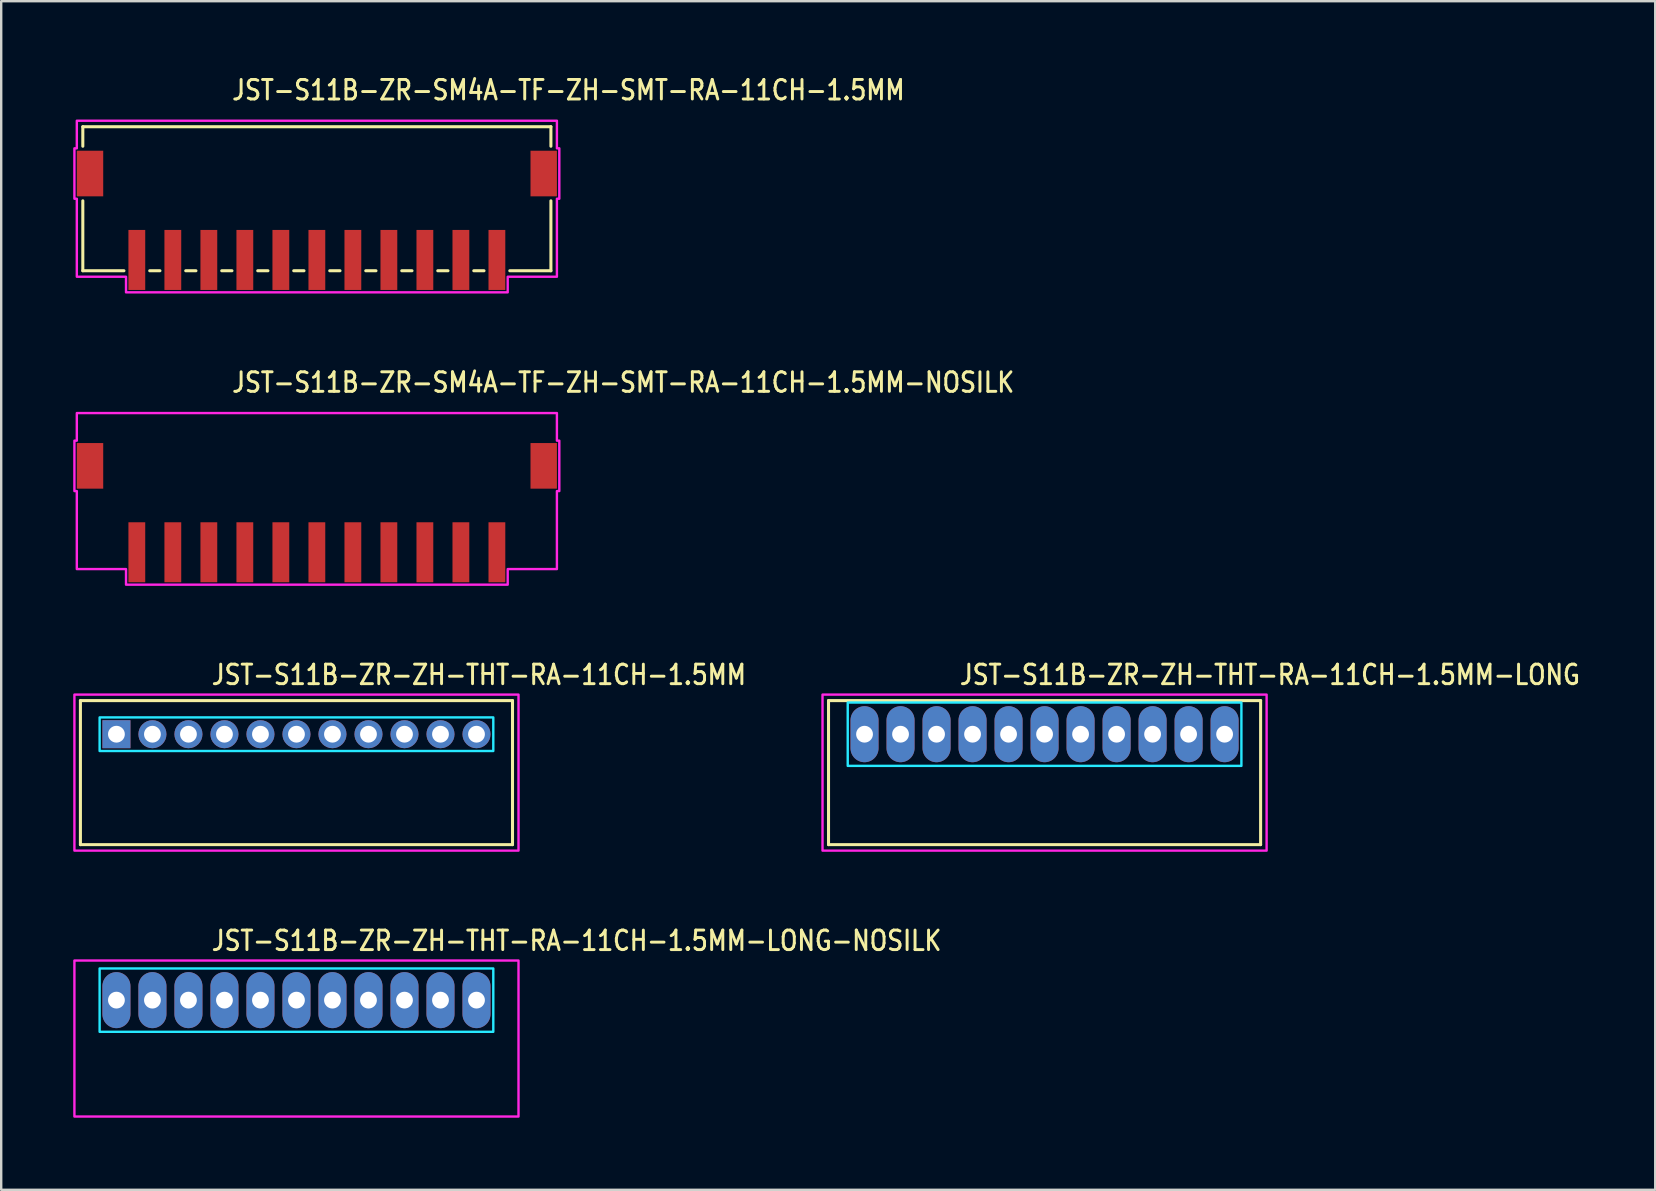
<source format=kicad_pcb>
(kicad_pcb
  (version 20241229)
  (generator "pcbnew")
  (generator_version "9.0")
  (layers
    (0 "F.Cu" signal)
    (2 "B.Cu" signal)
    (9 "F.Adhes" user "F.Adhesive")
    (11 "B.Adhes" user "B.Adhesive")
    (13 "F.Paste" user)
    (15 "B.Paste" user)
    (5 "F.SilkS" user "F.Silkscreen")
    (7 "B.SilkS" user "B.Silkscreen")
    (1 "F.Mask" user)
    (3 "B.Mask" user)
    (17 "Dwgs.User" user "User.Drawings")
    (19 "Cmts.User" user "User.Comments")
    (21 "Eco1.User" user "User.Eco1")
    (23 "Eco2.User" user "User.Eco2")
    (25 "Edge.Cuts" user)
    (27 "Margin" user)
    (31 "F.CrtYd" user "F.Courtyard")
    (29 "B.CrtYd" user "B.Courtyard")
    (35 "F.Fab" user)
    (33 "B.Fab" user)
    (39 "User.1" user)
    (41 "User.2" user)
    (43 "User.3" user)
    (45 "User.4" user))
  (footprint "JST-S11B-ZR-ZH-THT-RA-11CH-1.5MM-LONG-NOSILK"
    (layer "F.Cu")
    (at 9.3 38.614)
    (property "Reference" "JST-S11B-ZR-ZH-THT-RA-11CH-1.5MM-LONG-NOSILK" (at -3.6 -2 0) (unlocked yes) (layer "F.SilkS") (effects (font (size 0.813 0.695) (thickness 0.122)) (justify left bottom)))
    (fp_poly (pts (xy -8.2 -1.32) (xy -8.2 1.32) (xy 8.2 1.32) (xy 8.2 -1.32)) (stroke (width 0.1) (type solid)) (fill no) (layer "B.CrtYd"))
    (fp_poly (pts (xy -9.25 -1.65) (xy -9.25 4.85) (xy 9.25 4.85) (xy 9.25 -1.65)) (stroke (width 0.1) (type solid)) (fill no) (layer "F.CrtYd"))
    (pad "1" thru_hole oval (at -7.5 0 90) (size 2.333 1.167) (drill 0.7) (layers "*.Cu" "*.Mask"))
    (pad "2" thru_hole oval (at -6 0 90) (size 2.333 1.167) (drill 0.7) (layers "*.Cu" "*.Mask"))
    (pad "3" thru_hole oval (at -4.5 0 90) (size 2.333 1.167) (drill 0.7) (layers "*.Cu" "*.Mask"))
    (pad "4" thru_hole oval (at -3 0 90) (size 2.333 1.167) (drill 0.7) (layers "*.Cu" "*.Mask"))
    (pad "5" thru_hole oval (at -1.5 0 90) (size 2.333 1.167) (drill 0.7) (layers "*.Cu" "*.Mask"))
    (pad "6" thru_hole oval (at 0 0 90) (size 2.333 1.167) (drill 0.7) (layers "*.Cu" "*.Mask"))
    (pad "7" thru_hole oval (at 1.5 0 90) (size 2.333 1.167) (drill 0.7) (layers "*.Cu" "*.Mask"))
    (pad "8" thru_hole oval (at 3 0 90) (size 2.333 1.167) (drill 0.7) (layers "*.Cu" "*.Mask"))
    (pad "9" thru_hole oval (at 4.5 0 90) (size 2.333 1.167) (drill 0.7) (layers "*.Cu" "*.Mask"))
    (pad "10" thru_hole oval (at 6 0 90) (size 2.333 1.167) (drill 0.7) (layers "*.Cu" "*.Mask"))
    (pad "11" thru_hole oval (at 7.5 0 90) (size 2.333 1.167) (drill 0.7) (layers "*.Cu" "*.Mask")))
  (footprint "JST-S11B-ZR-ZH-THT-RA-11CH-1.5MM-LONG"
    (layer "F.Cu")
    (at 40.465 27.536)
    (property "Reference" "JST-S11B-ZR-ZH-THT-RA-11CH-1.5MM-LONG" (at -3.6 -2 0) (unlocked yes) (layer "F.SilkS") (effects (font (size 0.813 0.695) (thickness 0.122)) (justify left bottom)))
    (fp_line (start -9 -1.4) (end 9 -1.4) (stroke (width 0.127) (type solid)) (layer "F.SilkS"))
    (fp_line (start -9 4.6) (end -9 -1.4) (stroke (width 0.127) (type solid)) (layer "F.SilkS"))
    (fp_line (start -9 4.6) (end 9 4.6) (stroke (width 0.127) (type solid)) (layer "F.SilkS"))
    (fp_line (start 9 -1.4) (end 9 4.6) (stroke (width 0.127) (type solid)) (layer "F.SilkS"))
    (fp_poly (pts (xy -8.2 -1.32) (xy -8.2 1.32) (xy 8.2 1.32) (xy 8.2 -1.32)) (stroke (width 0.1) (type solid)) (fill no) (layer "B.CrtYd"))
    (fp_poly (pts (xy -9.25 -1.65) (xy -9.25 4.85) (xy 9.25 4.85) (xy 9.25 -1.65)) (stroke (width 0.1) (type solid)) (fill no) (layer "F.CrtYd"))
    (pad "1" thru_hole oval (at -7.5 0 90) (size 2.333 1.167) (drill 0.7) (layers "*.Cu" "*.Mask"))
    (pad "2" thru_hole oval (at -6 0 90) (size 2.333 1.167) (drill 0.7) (layers "*.Cu" "*.Mask"))
    (pad "3" thru_hole oval (at -4.5 0 90) (size 2.333 1.167) (drill 0.7) (layers "*.Cu" "*.Mask"))
    (pad "4" thru_hole oval (at -3 0 90) (size 2.333 1.167) (drill 0.7) (layers "*.Cu" "*.Mask"))
    (pad "5" thru_hole oval (at -1.5 0 90) (size 2.333 1.167) (drill 0.7) (layers "*.Cu" "*.Mask"))
    (pad "6" thru_hole oval (at 0 0 90) (size 2.333 1.167) (drill 0.7) (layers "*.Cu" "*.Mask"))
    (pad "7" thru_hole oval (at 1.5 0 90) (size 2.333 1.167) (drill 0.7) (layers "*.Cu" "*.Mask"))
    (pad "8" thru_hole oval (at 3 0 90) (size 2.333 1.167) (drill 0.7) (layers "*.Cu" "*.Mask"))
    (pad "9" thru_hole oval (at 4.5 0 90) (size 2.333 1.167) (drill 0.7) (layers "*.Cu" "*.Mask"))
    (pad "10" thru_hole oval (at 6 0 90) (size 2.333 1.167) (drill 0.7) (layers "*.Cu" "*.Mask"))
    (pad "11" thru_hole oval (at 7.5 0 90) (size 2.333 1.167) (drill 0.7) (layers "*.Cu" "*.Mask")))
  (footprint "JST-S11B-ZR-ZH-THT-RA-11CH-1.5MM"
    (layer "F.Cu")
    (at 9.3 27.536)
    (property "Reference" "JST-S11B-ZR-ZH-THT-RA-11CH-1.5MM" (at -3.6 -2 0) (unlocked yes) (layer "F.SilkS") (effects (font (size 0.813 0.695) (thickness 0.122)) (justify left bottom)))
    (fp_line (start -9 -1.4) (end 9 -1.4) (stroke (width 0.127) (type solid)) (layer "F.SilkS"))
    (fp_line (start -9 4.6) (end -9 -1.4) (stroke (width 0.127) (type solid)) (layer "F.SilkS"))
    (fp_line (start -9 4.6) (end 9 4.6) (stroke (width 0.127) (type solid)) (layer "F.SilkS"))
    (fp_line (start 9 -1.4) (end 9 4.6) (stroke (width 0.127) (type solid)) (layer "F.SilkS"))
    (fp_poly (pts (xy -8.2 -0.7) (xy -8.2 0.7) (xy 8.2 0.7) (xy 8.2 -0.7)) (stroke (width 0.1) (type solid)) (fill no) (layer "B.CrtYd"))
    (fp_poly (pts (xy -9.25 -1.65) (xy -9.25 4.85) (xy 9.25 4.85) (xy 9.25 -1.65)) (stroke (width 0.1) (type solid)) (fill no) (layer "F.CrtYd"))
    (pad "1" thru_hole rect (at -7.5 0) (size 1.167 1.167) (drill 0.7) (layers "*.Cu" "*.Mask"))
    (pad "2" thru_hole oval (at -6 0) (size 1.167 1.167) (drill 0.7) (layers "*.Cu" "*.Mask"))
    (pad "3" thru_hole oval (at -4.5 0) (size 1.167 1.167) (drill 0.7) (layers "*.Cu" "*.Mask"))
    (pad "4" thru_hole oval (at -3 0) (size 1.167 1.167) (drill 0.7) (layers "*.Cu" "*.Mask"))
    (pad "5" thru_hole oval (at -1.5 0) (size 1.167 1.167) (drill 0.7) (layers "*.Cu" "*.Mask"))
    (pad "6" thru_hole oval (at 0 0) (size 1.167 1.167) (drill 0.7) (layers "*.Cu" "*.Mask"))
    (pad "7" thru_hole oval (at 1.5 0) (size 1.167 1.167) (drill 0.7) (layers "*.Cu" "*.Mask"))
    (pad "8" thru_hole oval (at 3 0) (size 1.167 1.167) (drill 0.7) (layers "*.Cu" "*.Mask"))
    (pad "9" thru_hole oval (at 4.5 0) (size 1.167 1.167) (drill 0.7) (layers "*.Cu" "*.Mask"))
    (pad "10" thru_hole oval (at 6 0) (size 1.167 1.167) (drill 0.7) (layers "*.Cu" "*.Mask"))
    (pad "11" thru_hole oval (at 7.5 0) (size 1.167 1.167) (drill 0.7) (layers "*.Cu" "*.Mask")))
  (footprint "JST-S11B-ZR-SM4A-TF-ZH-SMT-RA-11CH-1.5MM"
    (layer "F.Cu")
    (at 10.15 4.179)
    (property "Reference" "JST-S11B-ZR-SM4A-TF-ZH-SMT-RA-11CH-1.5MM" (at -3.6 -3 0) (unlocked yes) (layer "F.SilkS") (effects (font (size 0.813 0.695) (thickness 0.122)) (justify left bottom)))
    (fp_line (start -9.75 -1.95) (end -9.75 -1.137) (stroke (width 0.127) (type solid)) (layer "F.SilkS"))
    (fp_line (start -9.75 -1.95) (end 9.75 -1.95) (stroke (width 0.127) (type solid)) (layer "F.SilkS"))
    (fp_line (start -9.75 4.05) (end -9.75 1.137) (stroke (width 0.127) (type solid)) (layer "F.SilkS"))
    (fp_line (start -9.75 4.05) (end -8.037 4.05) (stroke (width 0.127) (type solid)) (layer "F.SilkS"))
    (fp_line (start -6.963 4.05) (end -6.537 4.05) (stroke (width 0.127) (type solid)) (layer "F.SilkS"))
    (fp_line (start -5.463 4.05) (end -5.037 4.05) (stroke (width 0.127) (type solid)) (layer "F.SilkS"))
    (fp_line (start -3.963 4.05) (end -3.537 4.05) (stroke (width 0.127) (type solid)) (layer "F.SilkS"))
    (fp_line (start -2.463 4.05) (end -2.037 4.05) (stroke (width 0.127) (type solid)) (layer "F.SilkS"))
    (fp_line (start -0.964 4.05) (end -0.536 4.05) (stroke (width 0.127) (type solid)) (layer "F.SilkS"))
    (fp_line (start 0.536 4.05) (end 0.964 4.05) (stroke (width 0.127) (type solid)) (layer "F.SilkS"))
    (fp_line (start 2.037 4.05) (end 2.463 4.05) (stroke (width 0.127) (type solid)) (layer "F.SilkS"))
    (fp_line (start 3.537 4.05) (end 3.963 4.05) (stroke (width 0.127) (type solid)) (layer "F.SilkS"))
    (fp_line (start 5.037 4.05) (end 5.463 4.05) (stroke (width 0.127) (type solid)) (layer "F.SilkS"))
    (fp_line (start 6.537 4.05) (end 6.963 4.05) (stroke (width 0.127) (type solid)) (layer "F.SilkS"))
    (fp_line (start 8.037 4.05) (end 9.75 4.05) (stroke (width 0.127) (type solid)) (layer "F.SilkS"))
    (fp_line (start 9.75 -1.137) (end 9.75 -1.95) (stroke (width 0.127) (type solid)) (layer "F.SilkS"))
    (fp_line (start 9.75 1.137) (end 9.75 4.05) (stroke (width 0.127) (type solid)) (layer "F.SilkS"))
    (fp_poly (pts (xy -10 -2.2) (xy -10 -1.05) (xy -10.1 -1.05) (xy -10.1 1.05) (xy -10 1.05) (xy -10 4.3) (xy -7.95 4.3) (xy -7.95 4.95) (xy 7.95 4.95) (xy 7.95 4.3) (xy 10 4.3) (xy 10 1.05) (xy 10.1 1.05) (xy 10.1 -1.05) (xy 10 -1.05) (xy 10 -2.2)) (stroke (width 0.1) (type solid)) (fill no) (layer "F.CrtYd"))
    (pad "1" smd rect (at 7.5 3.6) (size 0.7 2.5) (layers "F.Cu" "F.Mask" "F.Paste"))
    (pad "2" smd rect (at 6 3.6) (size 0.7 2.5) (layers "F.Cu" "F.Mask" "F.Paste"))
    (pad "3" smd rect (at 4.5 3.6) (size 0.7 2.5) (layers "F.Cu" "F.Mask" "F.Paste"))
    (pad "4" smd rect (at 3 3.6) (size 0.7 2.5) (layers "F.Cu" "F.Mask" "F.Paste"))
    (pad "5" smd rect (at 1.5 3.6) (size 0.7 2.5) (layers "F.Cu" "F.Mask" "F.Paste"))
    (pad "6" smd rect (at 0 3.6) (size 0.7 2.5) (layers "F.Cu" "F.Mask" "F.Paste"))
    (pad "7" smd rect (at -1.5 3.6) (size 0.7 2.5) (layers "F.Cu" "F.Mask" "F.Paste"))
    (pad "8" smd rect (at -3 3.6) (size 0.7 2.5) (layers "F.Cu" "F.Mask" "F.Paste"))
    (pad "9" smd rect (at -4.5 3.6) (size 0.7 2.5) (layers "F.Cu" "F.Mask" "F.Paste"))
    (pad "10" smd rect (at -6 3.6) (size 0.7 2.5) (layers "F.Cu" "F.Mask" "F.Paste"))
    (pad "11" smd rect (at -7.5 3.6) (size 0.7 2.5) (layers "F.Cu" "F.Mask" "F.Paste"))
    (pad "S_1" smd rect (at -9.45 0) (size 1.1 1.9) (layers "F.Cu" "F.Mask" "F.Paste"))
    (pad "S_2" smd rect (at 9.45 0) (size 1.1 1.9) (layers "F.Cu" "F.Mask" "F.Paste")))
  (footprint "JST-S11B-ZR-SM4A-TF-ZH-SMT-RA-11CH-1.5MM-NOSILK"
    (layer "F.Cu")
    (at 10.15 16.357)
    (property "Reference" "JST-S11B-ZR-SM4A-TF-ZH-SMT-RA-11CH-1.5MM-NOSILK" (at -3.6 -3 0) (unlocked yes) (layer "F.SilkS") (effects (font (size 0.813 0.695) (thickness 0.122)) (justify left bottom)))
    (fp_poly (pts (xy -10 -2.2) (xy -10 -1.05) (xy -10.1 -1.05) (xy -10.1 1.05) (xy -10 1.05) (xy -10 4.3) (xy -7.95 4.3) (xy -7.95 4.95) (xy 7.95 4.95) (xy 7.95 4.3) (xy 10 4.3) (xy 10 1.05) (xy 10.1 1.05) (xy 10.1 -1.05) (xy 10 -1.05) (xy 10 -2.2)) (stroke (width 0.1) (type solid)) (fill no) (layer "F.CrtYd"))
    (pad "1" smd rect (at 7.5 3.6) (size 0.7 2.5) (layers "F.Cu" "F.Mask" "F.Paste"))
    (pad "2" smd rect (at 6 3.6) (size 0.7 2.5) (layers "F.Cu" "F.Mask" "F.Paste"))
    (pad "3" smd rect (at 4.5 3.6) (size 0.7 2.5) (layers "F.Cu" "F.Mask" "F.Paste"))
    (pad "4" smd rect (at 3 3.6) (size 0.7 2.5) (layers "F.Cu" "F.Mask" "F.Paste"))
    (pad "5" smd rect (at 1.5 3.6) (size 0.7 2.5) (layers "F.Cu" "F.Mask" "F.Paste"))
    (pad "6" smd rect (at 0 3.6) (size 0.7 2.5) (layers "F.Cu" "F.Mask" "F.Paste"))
    (pad "7" smd rect (at -1.5 3.6) (size 0.7 2.5) (layers "F.Cu" "F.Mask" "F.Paste"))
    (pad "8" smd rect (at -3 3.6) (size 0.7 2.5) (layers "F.Cu" "F.Mask" "F.Paste"))
    (pad "9" smd rect (at -4.5 3.6) (size 0.7 2.5) (layers "F.Cu" "F.Mask" "F.Paste"))
    (pad "10" smd rect (at -6 3.6) (size 0.7 2.5) (layers "F.Cu" "F.Mask" "F.Paste"))
    (pad "11" smd rect (at -7.5 3.6) (size 0.7 2.5) (layers "F.Cu" "F.Mask" "F.Paste"))
    (pad "S_1" smd rect (at -9.45 0) (size 1.1 1.9) (layers "F.Cu" "F.Mask" "F.Paste"))
    (pad "S_2" smd rect (at 9.45 0) (size 1.1 1.9) (layers "F.Cu" "F.Mask" "F.Paste")))
  (gr_rect
    (start -3 -3)
    (end 65.904 46.514)
    (stroke (width 0.1) (type default))
    (fill no)
    (layer "Edge.Cuts")))
</source>
